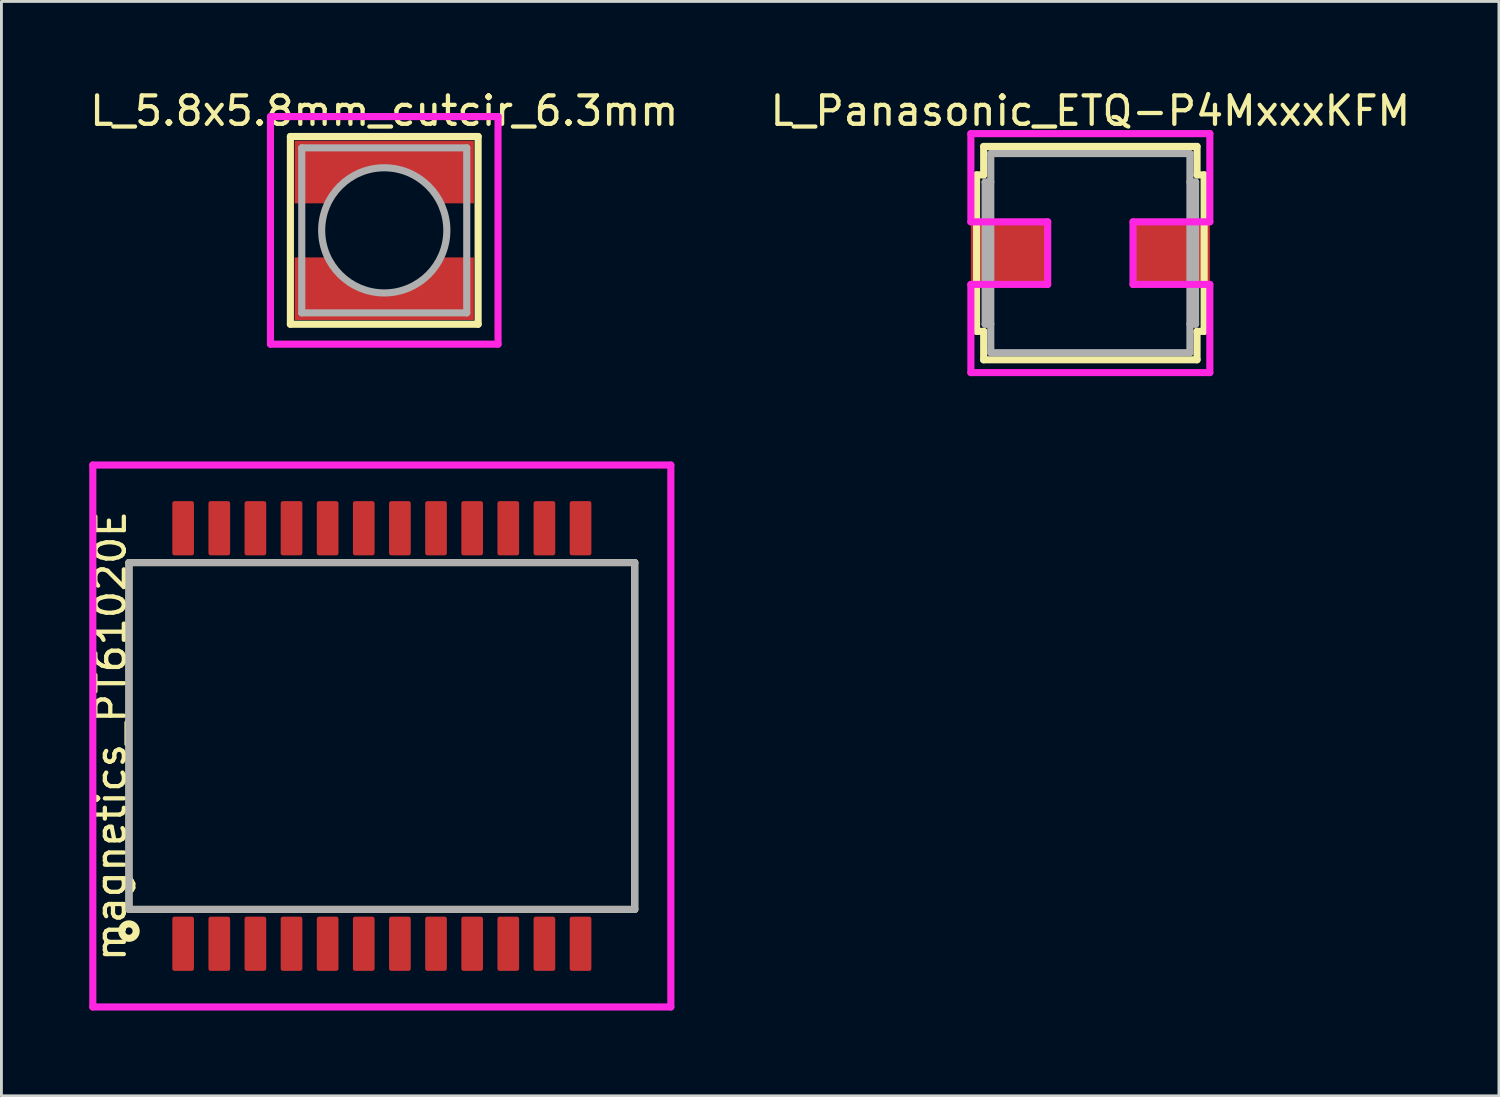
<source format=kicad_pcb>
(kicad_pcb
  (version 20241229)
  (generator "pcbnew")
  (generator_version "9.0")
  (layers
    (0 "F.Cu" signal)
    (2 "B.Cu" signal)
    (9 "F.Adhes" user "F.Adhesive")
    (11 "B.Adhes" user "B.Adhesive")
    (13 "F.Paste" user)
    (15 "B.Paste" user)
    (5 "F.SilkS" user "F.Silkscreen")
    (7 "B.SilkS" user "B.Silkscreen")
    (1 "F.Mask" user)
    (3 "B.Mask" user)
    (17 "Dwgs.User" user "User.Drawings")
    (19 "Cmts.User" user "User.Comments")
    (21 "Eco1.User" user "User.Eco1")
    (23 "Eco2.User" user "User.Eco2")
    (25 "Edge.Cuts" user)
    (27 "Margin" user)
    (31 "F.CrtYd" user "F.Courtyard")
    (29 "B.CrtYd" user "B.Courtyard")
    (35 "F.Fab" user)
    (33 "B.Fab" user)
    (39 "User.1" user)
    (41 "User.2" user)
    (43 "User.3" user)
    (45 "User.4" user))
  (footprint "L_5.8x5.8mm_cutcir_6.3mm"
    (layer "F.Cu")
    (at 10.458 5.048)
    (property "Reference" "L_5.8x5.8mm_cutcir_6.3mm" (at 0 -4.2 0) (layer "F.SilkS") (effects (font (size 1 1) (thickness 0.15))))
    (attr through_hole)
    (fp_line (start -3.3 -3.3) (end 3.3 -3.3) (stroke (width 0.25) (type solid)) (layer "F.SilkS"))
    (fp_line (start -3.3 3.3) (end -3.3 -3.3) (stroke (width 0.25) (type solid)) (layer "F.SilkS"))
    (fp_line (start 3.3 -3.3) (end 3.3 3.3) (stroke (width 0.25) (type solid)) (layer "F.SilkS"))
    (fp_line (start 3.3 3.3) (end -3.3 3.3) (stroke (width 0.25) (type solid)) (layer "F.SilkS"))
    (fp_line (start -4 -4) (end 4 -4) (stroke (width 0.25) (type solid)) (layer "F.CrtYd"))
    (fp_line (start -4 4) (end -4 -4) (stroke (width 0.25) (type solid)) (layer "F.CrtYd"))
    (fp_line (start 4 -4) (end 4 4) (stroke (width 0.25) (type solid)) (layer "F.CrtYd"))
    (fp_line (start 4 4) (end -4 4) (stroke (width 0.25) (type solid)) (layer "F.CrtYd"))
    (fp_line (start -2.9 -2.9) (end 2.9 -2.9) (stroke (width 0.25) (type solid)) (layer "F.Fab"))
    (fp_line (start -2.9 2.9) (end -2.9 -2.9) (stroke (width 0.25) (type solid)) (layer "F.Fab"))
    (fp_line (start 2.9 -2.9) (end 2.9 2.9) (stroke (width 0.25) (type solid)) (layer "F.Fab"))
    (fp_line (start 2.9 2.9) (end -2.9 2.9) (stroke (width 0.25) (type solid)) (layer "F.Fab"))
    (fp_circle (center 0 0) (end 2.2 0) (stroke (width 0.25) (type solid)) (fill no) (layer "F.Fab"))
    (pad "1" smd custom (at 0 -2.675) (size 6.3 0.95) (layers "F.Cu" "F.Mask" "F.Paste") (options (anchor rect)) (primitives (gr_poly (pts (xy -3.15 0) (xy -3.15 1.725) (xy -1.984 1.725) (xy -1.499 1.065) (xy -0.805 0.628) (xy 0 0.475) (xy 0.805 0.628) (xy 1.499 1.065) (xy 1.984 1.725) (xy 3.15 1.725) (xy 3.15 0)) (width 0) (fill yes))))
    (pad "2" smd custom (at 0 2.675) (size 6.3 0.95) (layers "F.Cu" "F.Mask" "F.Paste") (options (anchor rect)) (primitives (gr_poly (pts (xy -3.15 0) (xy -3.15 -1.725) (xy -1.984 -1.725) (xy -1.499 -1.065) (xy -0.805 -0.628) (xy 0 -0.475) (xy 0.805 -0.628) (xy 1.499 -1.065) (xy 1.984 -1.725) (xy 3.15 -1.725) (xy 3.15 0)) (width 0) (fill yes)))))
  (footprint "L_Panasonic_ETQ-P4MxxxKFM"
    (layer "F.Cu")
    (at 35.28 5.848)
    (property "Reference" "L_Panasonic_ETQ-P4MxxxKFM" (at 0 -5 0) (layer "F.SilkS") (effects (font (size 1 1) (thickness 0.15))))
    (attr through_hole)
    (fp_line (start -4 -2.75) (end -3.75 -2.75) (stroke (width 0.25) (type solid)) (layer "F.SilkS"))
    (fp_line (start -4 2.75) (end -4 -2.75) (stroke (width 0.25) (type solid)) (layer "F.SilkS"))
    (fp_line (start -3.75 -3.75) (end 3.75 -3.75) (stroke (width 0.25) (type solid)) (layer "F.SilkS"))
    (fp_line (start -3.75 -2.75) (end -3.75 -3.75) (stroke (width 0.25) (type solid)) (layer "F.SilkS"))
    (fp_line (start -3.75 2.75) (end -4 2.75) (stroke (width 0.25) (type solid)) (layer "F.SilkS"))
    (fp_line (start -3.75 3.75) (end -3.75 2.75) (stroke (width 0.25) (type solid)) (layer "F.SilkS"))
    (fp_line (start 3.75 -3.75) (end 3.75 -2.75) (stroke (width 0.25) (type solid)) (layer "F.SilkS"))
    (fp_line (start 3.75 -2.75) (end 4 -2.75) (stroke (width 0.25) (type solid)) (layer "F.SilkS"))
    (fp_line (start 3.75 2.75) (end 3.75 3.75) (stroke (width 0.25) (type solid)) (layer "F.SilkS"))
    (fp_line (start 3.75 3.75) (end -3.75 3.75) (stroke (width 0.25) (type solid)) (layer "F.SilkS"))
    (fp_line (start 4 -2.75) (end 4 2.75) (stroke (width 0.25) (type solid)) (layer "F.SilkS"))
    (fp_line (start 4 2.75) (end 3.75 2.75) (stroke (width 0.25) (type solid)) (layer "F.SilkS"))
    (fp_line (start -4.2 -4.2) (end 4.2 -4.2) (stroke (width 0.25) (type solid)) (layer "F.CrtYd"))
    (fp_line (start -4.2 -1.1) (end -4.2 -4.2) (stroke (width 0.25) (type solid)) (layer "F.CrtYd"))
    (fp_line (start -4.2 1.1) (end -1.5 1.1) (stroke (width 0.25) (type solid)) (layer "F.CrtYd"))
    (fp_line (start -4.2 4.2) (end -4.2 1.1) (stroke (width 0.25) (type solid)) (layer "F.CrtYd"))
    (fp_line (start -1.5 -1.1) (end -4.2 -1.1) (stroke (width 0.25) (type solid)) (layer "F.CrtYd"))
    (fp_line (start -1.5 1.1) (end -1.5 -1.1) (stroke (width 0.25) (type solid)) (layer "F.CrtYd"))
    (fp_line (start 1.5 -1.1) (end 1.5 1.1) (stroke (width 0.25) (type solid)) (layer "F.CrtYd"))
    (fp_line (start 1.5 1.1) (end 4.2 1.1) (stroke (width 0.25) (type solid)) (layer "F.CrtYd"))
    (fp_line (start 4.2 -4.2) (end 4.2 -1.1) (stroke (width 0.25) (type solid)) (layer "F.CrtYd"))
    (fp_line (start 4.2 -1.1) (end 1.5 -1.1) (stroke (width 0.25) (type solid)) (layer "F.CrtYd"))
    (fp_line (start 4.2 1.1) (end 4.2 4.2) (stroke (width 0.25) (type solid)) (layer "F.CrtYd"))
    (fp_line (start 4.2 4.2) (end -4.2 4.2) (stroke (width 0.25) (type solid)) (layer "F.CrtYd"))
    (fp_line (start -3.7 -2.5) (end -3.7 2.5) (stroke (width 0.25) (type solid)) (layer "F.Fab"))
    (fp_line (start -3.7 2.5) (end -3.5 2.5) (stroke (width 0.25) (type solid)) (layer "F.Fab"))
    (fp_line (start -3.5 -3.5) (end 3.5 -3.5) (stroke (width 0.25) (type solid)) (layer "F.Fab"))
    (fp_line (start -3.5 -2.5) (end -3.7 -2.5) (stroke (width 0.25) (type solid)) (layer "F.Fab"))
    (fp_line (start -3.5 3.5) (end -3.5 -3.5) (stroke (width 0.25) (type solid)) (layer "F.Fab"))
    (fp_line (start 3.5 -3.5) (end 3.5 3.5) (stroke (width 0.25) (type solid)) (layer "F.Fab"))
    (fp_line (start 3.5 -2.5) (end 3.7 -2.5) (stroke (width 0.25) (type solid)) (layer "F.Fab"))
    (fp_line (start 3.5 3.5) (end -3.5 3.5) (stroke (width 0.25) (type solid)) (layer "F.Fab"))
    (fp_line (start 3.7 -2.5) (end 3.7 2.5) (stroke (width 0.25) (type solid)) (layer "F.Fab"))
    (fp_line (start 3.7 2.5) (end 3.5 2.5) (stroke (width 0.25) (type solid)) (layer "F.Fab"))
    (pad "1" smd rect (at -2.85 0) (size 2.7 2.2) (layers "F.Cu" "F.Mask" "F.Paste"))
    (pad "2" smd rect (at 2.85 0) (size 2.7 2.2) (layers "F.Cu" "F.Mask" "F.Paste")))
  (footprint "magnetics_PT61020E"
    (layer "F.Cu")
    (at 10.373 22.823)
    (property "Reference" "magnetics_PT61020E" (at -9.525 0 90) (layer "F.SilkS") (effects (font (size 1 1) (thickness 0.15))))
    (attr through_hole)
    (fp_line (start -8.89 -6.096) (end -8.89 6.096) (stroke (width 0.25) (type solid)) (layer "F.SilkS"))
    (fp_line (start -8.89 6.096) (end 8.89 6.096) (stroke (width 0.25) (type solid)) (layer "F.SilkS"))
    (fp_line (start 8.89 -6.096) (end -8.89 -6.096) (stroke (width 0.25) (type solid)) (layer "F.SilkS"))
    (fp_line (start 8.89 6.096) (end 8.89 -6.096) (stroke (width 0.25) (type solid)) (layer "F.SilkS"))
    (fp_circle (center -8.89 6.858) (end -8.636 6.858) (stroke (width 0.25) (type solid)) (fill no) (layer "F.SilkS"))
    (fp_line (start -10.16 -9.525) (end 10.16 -9.525) (stroke (width 0.25) (type solid)) (layer "F.CrtYd"))
    (fp_line (start -10.16 9.525) (end -10.16 -9.525) (stroke (width 0.25) (type solid)) (layer "F.CrtYd"))
    (fp_line (start 10.16 -9.525) (end 10.16 9.525) (stroke (width 0.25) (type solid)) (layer "F.CrtYd"))
    (fp_line (start 10.16 9.525) (end -10.16 9.525) (stroke (width 0.25) (type solid)) (layer "F.CrtYd"))
    (fp_line (start -8.89 -6.096) (end 8.89 -6.096) (stroke (width 0.25) (type solid)) (layer "F.Fab"))
    (fp_line (start -8.89 6.096) (end -8.89 -6.096) (stroke (width 0.25) (type solid)) (layer "F.Fab"))
    (fp_line (start 8.89 -6.096) (end 8.89 6.096) (stroke (width 0.25) (type solid)) (layer "F.Fab"))
    (fp_line (start 8.89 6.096) (end -8.89 6.096) (stroke (width 0.25) (type solid)) (layer "F.Fab"))
    (pad "1" smd roundrect (at -6.985 7.303) (size 0.762 1.905) (layers "F.Cu" "F.Mask" "F.Paste") (roundrect_rratio 0.1))
    (pad "2" smd roundrect (at -5.715 7.303) (size 0.762 1.905) (layers "F.Cu" "F.Mask" "F.Paste") (roundrect_rratio 0.1))
    (pad "3" smd roundrect (at -4.445 7.303) (size 0.762 1.905) (layers "F.Cu" "F.Mask" "F.Paste") (roundrect_rratio 0.1))
    (pad "4" smd roundrect (at -3.175 7.303) (size 0.762 1.905) (layers "F.Cu" "F.Mask" "F.Paste") (roundrect_rratio 0.1))
    (pad "5" smd roundrect (at -1.905 7.303) (size 0.762 1.905) (layers "F.Cu" "F.Mask" "F.Paste") (roundrect_rratio 0.1))
    (pad "6" smd roundrect (at -0.635 7.303) (size 0.762 1.905) (layers "F.Cu" "F.Mask" "F.Paste") (roundrect_rratio 0.1))
    (pad "7" smd roundrect (at 0.635 7.303) (size 0.762 1.905) (layers "F.Cu" "F.Mask" "F.Paste") (roundrect_rratio 0.1))
    (pad "8" smd roundrect (at 1.905 7.303) (size 0.762 1.905) (layers "F.Cu" "F.Mask" "F.Paste") (roundrect_rratio 0.1))
    (pad "9" smd roundrect (at 3.175 7.303) (size 0.762 1.905) (layers "F.Cu" "F.Mask" "F.Paste") (roundrect_rratio 0.1))
    (pad "10" smd roundrect (at 4.445 7.303) (size 0.762 1.905) (layers "F.Cu" "F.Mask" "F.Paste") (roundrect_rratio 0.1))
    (pad "11" smd roundrect (at 5.715 7.303) (size 0.762 1.905) (layers "F.Cu" "F.Mask" "F.Paste") (roundrect_rratio 0.1))
    (pad "12" smd roundrect (at 6.985 7.303) (size 0.762 1.905) (layers "F.Cu" "F.Mask" "F.Paste") (roundrect_rratio 0.1))
    (pad "13" smd roundrect (at 6.985 -7.303) (size 0.762 1.905) (layers "F.Cu" "F.Mask" "F.Paste") (roundrect_rratio 0.1))
    (pad "14" smd roundrect (at 5.715 -7.303) (size 0.762 1.905) (layers "F.Cu" "F.Mask" "F.Paste") (roundrect_rratio 0.1))
    (pad "15" smd roundrect (at 4.445 -7.303) (size 0.762 1.905) (layers "F.Cu" "F.Mask" "F.Paste") (roundrect_rratio 0.1))
    (pad "16" smd roundrect (at 3.175 -7.303) (size 0.762 1.905) (layers "F.Cu" "F.Mask" "F.Paste") (roundrect_rratio 0.1))
    (pad "17" smd roundrect (at 1.905 -7.303) (size 0.762 1.905) (layers "F.Cu" "F.Mask" "F.Paste") (roundrect_rratio 0.1))
    (pad "18" smd roundrect (at 0.635 -7.303) (size 0.762 1.905) (layers "F.Cu" "F.Mask" "F.Paste") (roundrect_rratio 0.1))
    (pad "19" smd roundrect (at -0.635 -7.303) (size 0.762 1.905) (layers "F.Cu" "F.Mask" "F.Paste") (roundrect_rratio 0.1))
    (pad "20" smd roundrect (at -1.905 -7.303) (size 0.762 1.905) (layers "F.Cu" "F.Mask" "F.Paste") (roundrect_rratio 0.1))
    (pad "21" smd roundrect (at -3.175 -7.303) (size 0.762 1.905) (layers "F.Cu" "F.Mask" "F.Paste") (roundrect_rratio 0.1))
    (pad "22" smd roundrect (at -4.445 -7.303) (size 0.762 1.905) (layers "F.Cu" "F.Mask" "F.Paste") (roundrect_rratio 0.1))
    (pad "23" smd roundrect (at -5.715 -7.303) (size 0.762 1.905) (layers "F.Cu" "F.Mask" "F.Paste") (roundrect_rratio 0.1))
    (pad "24" smd roundrect (at -6.985 -7.303) (size 0.762 1.905) (layers "F.Cu" "F.Mask" "F.Paste") (roundrect_rratio 0.1)))
  (gr_rect
    (start -3 -3)
    (end 49.643 35.473)
    (stroke (width 0.1) (type default))
    (fill no)
    (layer "Edge.Cuts")))
</source>
